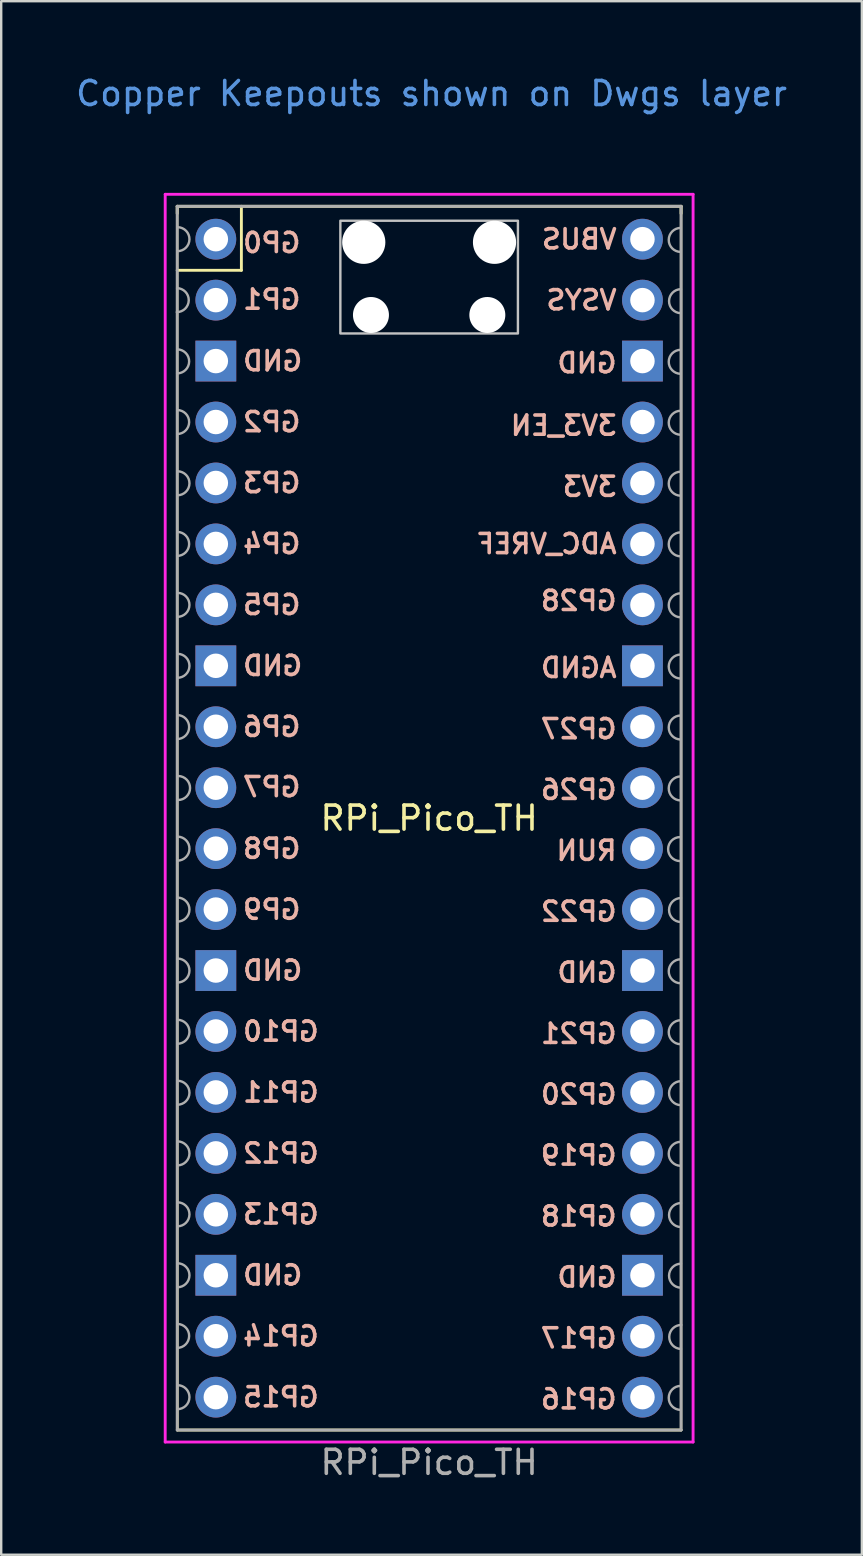
<source format=kicad_pcb>
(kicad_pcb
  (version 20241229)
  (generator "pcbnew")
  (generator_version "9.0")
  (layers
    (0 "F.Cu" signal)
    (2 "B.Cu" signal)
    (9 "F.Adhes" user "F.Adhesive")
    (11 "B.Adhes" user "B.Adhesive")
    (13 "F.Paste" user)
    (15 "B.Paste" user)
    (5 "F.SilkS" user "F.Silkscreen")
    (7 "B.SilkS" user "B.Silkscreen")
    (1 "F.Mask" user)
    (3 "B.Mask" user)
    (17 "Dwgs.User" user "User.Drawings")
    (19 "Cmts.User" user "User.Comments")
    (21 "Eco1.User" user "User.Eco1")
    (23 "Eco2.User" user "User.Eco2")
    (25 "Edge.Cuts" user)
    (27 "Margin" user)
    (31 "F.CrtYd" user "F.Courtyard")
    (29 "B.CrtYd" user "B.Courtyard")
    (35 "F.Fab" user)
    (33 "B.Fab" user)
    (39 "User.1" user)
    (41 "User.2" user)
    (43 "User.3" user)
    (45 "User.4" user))
  (footprint "RPi_Pico_TH"
    (layer "F.Cu")
    (at 14.835 31.048)
    (property "Reference" "RPi_Pico_TH" (at 0 0 0) (layer "F.SilkS") (effects (font (size 1 1) (thickness 0.15))))
    (attr through_hole)
    (fp_line (start -10.5 -25.5) (end -10.5 -25.2) (stroke (width 0.12) (type solid)) (layer "F.SilkS"))
    (fp_line (start -10.5 -25.5) (end 10.5 -25.5) (stroke (width 0.12) (type solid)) (layer "F.SilkS"))
    (fp_line (start -10.5 -22.833) (end -7.825 -22.833) (stroke (width 0.12) (type solid)) (layer "F.SilkS"))
    (fp_line (start -10.49 25.5) (end -10.5 -25.5) (stroke (width 0.1) (type default)) (layer "F.SilkS"))
    (fp_line (start -7.825 -22.833) (end -7.825 -25.5) (stroke (width 0.12) (type solid)) (layer "F.SilkS"))
    (fp_line (start 10.5 -25.5) (end 10.5 -25.2) (stroke (width 0.12) (type solid)) (layer "F.SilkS"))
    (fp_line (start 10.5 -25.5) (end 10.5 25.5) (stroke (width 0.1) (type default)) (layer "F.SilkS"))
    (fp_line (start 10.5 25.5) (end -10.49 25.5) (stroke (width 0.12) (type solid)) (layer "F.SilkS"))
    (fp_poly (pts (xy 3.7 -20.2) (xy -3.7 -20.2) (xy -3.7 -24.9) (xy 3.7 -24.9)) (stroke (width 0.1) (type solid)) (fill no) (layer "Dwgs.User"))
    (fp_line (start -11 -26) (end 11 -26) (stroke (width 0.12) (type solid)) (layer "F.CrtYd"))
    (fp_line (start -11 26) (end -11 -26) (stroke (width 0.12) (type solid)) (layer "F.CrtYd"))
    (fp_line (start 11 26) (end -11 26) (stroke (width 0.12) (type solid)) (layer "F.CrtYd"))
    (fp_line (start 11 26) (end 11 -26) (stroke (width 0.12) (type solid)) (layer "F.CrtYd"))
    (fp_line (start -10.5 -25.5) (end 10.5 -25.5) (stroke (width 0.12) (type solid)) (layer "F.Fab"))
    (fp_line (start -10.5 25.5) (end -10.5 -25.5) (stroke (width 0.12) (type solid)) (layer "F.Fab"))
    (fp_line (start 10.5 -25.5) (end 10.5 25.5) (stroke (width 0.12) (type solid)) (layer "F.Fab"))
    (fp_line (start 10.5 25.5) (end -10.5 25.5) (stroke (width 0.12) (type solid)) (layer "F.Fab"))
    (fp_arc (start -10.504702 -22.08994) (mid -10.01563 -21.58461) (end -10.5156 -21.090059) (stroke (width 0.1) (type solid)) (layer "F.Fab"))
    (fp_arc (start -10.492002 -19.537181) (mid -10.00293 -19.031851) (end -10.5029 -18.5373) (stroke (width 0.1) (type solid)) (layer "F.Fab"))
    (fp_arc (start -10.492002 -17.009881) (mid -10.00293 -16.504551) (end -10.5029 -16.01) (stroke (width 0.1) (type solid)) (layer "F.Fab"))
    (fp_arc (start -10.492002 -11.929881) (mid -10.00293 -11.424551) (end -10.5029 -10.93) (stroke (width 0.1) (type solid)) (layer "F.Fab"))
    (fp_arc (start -10.492002 -4.297181) (mid -10.00293 -3.791851) (end -10.5029 -3.2973) (stroke (width 0.1) (type solid)) (layer "F.Fab"))
    (fp_arc (start -10.492002 21.077419) (mid -10.00293 21.582749) (end -10.5029 22.0773) (stroke (width 0.1) (type solid)) (layer "F.Fab"))
    (fp_arc (start -10.479302 -24.629881) (mid -9.99023 -24.124551) (end -10.4902 -23.63) (stroke (width 0.1) (type solid)) (layer "F.Fab"))
    (fp_arc (start -10.479302 -14.457181) (mid -9.99023 -13.951851) (end -10.4902 -13.4573) (stroke (width 0.1) (type solid)) (layer "F.Fab"))
    (fp_arc (start -10.479302 -9.389881) (mid -9.99023 -8.884551) (end -10.4902 -8.39) (stroke (width 0.1) (type solid)) (layer "F.Fab"))
    (fp_arc (start -10.479302 -6.849881) (mid -9.99023 -6.344551) (end -10.4902 -5.85) (stroke (width 0.1) (type solid)) (layer "F.Fab"))
    (fp_arc (start -10.479302 0.770119) (mid -9.99023 1.275449) (end -10.4902 1.77) (stroke (width 0.1) (type solid)) (layer "F.Fab"))
    (fp_arc (start -10.479302 3.310119) (mid -9.99023 3.815449) (end -10.4902 4.31) (stroke (width 0.1) (type solid)) (layer "F.Fab"))
    (fp_arc (start -10.479302 5.850119) (mid -9.99023 6.355449) (end -10.4902 6.85) (stroke (width 0.1) (type solid)) (layer "F.Fab"))
    (fp_arc (start -10.479302 8.402819) (mid -9.99023 8.908149) (end -10.4902 9.4027) (stroke (width 0.1) (type solid)) (layer "F.Fab"))
    (fp_arc (start -10.479302 10.942819) (mid -9.99023 11.448149) (end -10.4902 11.9427) (stroke (width 0.1) (type solid)) (layer "F.Fab"))
    (fp_arc (start -10.479302 13.470119) (mid -9.99023 13.975449) (end -10.4902 14.47) (stroke (width 0.1) (type solid)) (layer "F.Fab"))
    (fp_arc (start -10.479302 16.010119) (mid -9.99023 16.515449) (end -10.4902 17.01) (stroke (width 0.1) (type solid)) (layer "F.Fab"))
    (fp_arc (start -10.479302 18.550119) (mid -9.99023 19.055449) (end -10.4902 19.55) (stroke (width 0.1) (type solid)) (layer "F.Fab"))
    (fp_arc (start -10.479302 23.630119) (mid -9.99023 24.135449) (end -10.4902 24.63) (stroke (width 0.1) (type solid)) (layer "F.Fab"))
    (fp_arc (start -10.453902 -1.757181) (mid -9.96483 -1.251851) (end -10.4648 -0.7573) (stroke (width 0.1) (type solid)) (layer "F.Fab"))
    (fp_arc (start 10.445872 1.78803) (mid 9.9568 1.2827) (end 10.45677 0.788149) (stroke (width 0.1) (type solid)) (layer "F.Fab"))
    (fp_arc (start 10.471272 -23.59927) (mid 9.9822 -24.1046) (end 10.48217 -24.599151) (stroke (width 0.1) (type solid)) (layer "F.Fab"))
    (fp_arc (start 10.471272 -18.51927) (mid 9.9822 -19.0246) (end 10.48217 -19.519151) (stroke (width 0.1) (type solid)) (layer "F.Fab"))
    (fp_arc (start 10.471272 -15.97927) (mid 9.9822 -16.4846) (end 10.48217 -16.979151) (stroke (width 0.1) (type solid)) (layer "F.Fab"))
    (fp_arc (start 10.471272 -13.43927) (mid 9.9822 -13.9446) (end 10.48217 -14.439151) (stroke (width 0.1) (type solid)) (layer "F.Fab"))
    (fp_arc (start 10.471272 -10.91197) (mid 9.9822 -11.4173) (end 10.48217 -11.911851) (stroke (width 0.1) (type solid)) (layer "F.Fab"))
    (fp_arc (start 10.471272 -8.37197) (mid 9.9822 -8.8773) (end 10.48217 -9.371851) (stroke (width 0.1) (type solid)) (layer "F.Fab"))
    (fp_arc (start 10.471272 -5.81927) (mid 9.9822 -6.3246) (end 10.48217 -6.819151) (stroke (width 0.1) (type solid)) (layer "F.Fab"))
    (fp_arc (start 10.471272 -3.27927) (mid 9.9822 -3.7846) (end 10.48217 -4.279151) (stroke (width 0.1) (type solid)) (layer "F.Fab"))
    (fp_arc (start 10.471272 -0.73927) (mid 9.9822 -1.2446) (end 10.48217 -1.739151) (stroke (width 0.1) (type solid)) (layer "F.Fab"))
    (fp_arc (start 10.471272 6.88073) (mid 9.9822 6.3754) (end 10.48217 5.880849) (stroke (width 0.1) (type solid)) (layer "F.Fab"))
    (fp_arc (start 10.471272 9.42073) (mid 9.9822 8.9154) (end 10.48217 8.420849) (stroke (width 0.1) (type solid)) (layer "F.Fab"))
    (fp_arc (start 10.471272 14.48803) (mid 9.9822 13.9827) (end 10.48217 13.488149) (stroke (width 0.1) (type solid)) (layer "F.Fab"))
    (fp_arc (start 10.471272 24.66073) (mid 9.9822 24.1554) (end 10.48217 23.660849) (stroke (width 0.1) (type solid)) (layer "F.Fab"))
    (fp_arc (start 10.483972 -21.04657) (mid 9.9949 -21.5519) (end 10.49487 -22.046451) (stroke (width 0.1) (type solid)) (layer "F.Fab"))
    (fp_arc (start 10.483972 4.32803) (mid 9.9949 3.8227) (end 10.49487 3.328149) (stroke (width 0.1) (type solid)) (layer "F.Fab"))
    (fp_arc (start 10.483972 11.96073) (mid 9.9949 11.4554) (end 10.49487 10.960849) (stroke (width 0.1) (type solid)) (layer "F.Fab"))
    (fp_arc (start 10.483972 17.04073) (mid 9.9949 16.5354) (end 10.49487 16.040849) (stroke (width 0.1) (type solid)) (layer "F.Fab"))
    (fp_arc (start 10.483972 19.56803) (mid 9.9949 19.0627) (end 10.49487 18.568149) (stroke (width 0.1) (type solid)) (layer "F.Fab"))
    (fp_arc (start 10.496672 22.120789) (mid 10.0076 21.615459) (end 10.50757 21.120908) (stroke (width 0.1) (type solid)) (layer "F.Fab"))
    (fp_text user "GP13" (at -6.178 16.509 0) (layer "B.SilkS") (effects (font (size 0.8 0.8) (thickness 0.15)) (justify mirror)))
    (fp_text user "GP17" (at 6.236 21.673 0) (layer "B.SilkS") (effects (font (size 0.8 0.8) (thickness 0.15)) (justify mirror)))
    (fp_text user "GND" (at -6.521 -6.351 0) (layer "B.SilkS") (effects (font (size 0.8 0.8) (thickness 0.15)) (justify mirror)))
    (fp_text user "GP28" (at 6.236 -9.061 0) (layer "B.SilkS") (effects (font (size 0.8 0.8) (thickness 0.15)) (justify mirror)))
    (fp_text user "GP12" (at -6.178 13.969 0) (layer "B.SilkS") (effects (font (size 0.8 0.8) (thickness 0.15)) (justify mirror)))
    (fp_text user "GP10" (at -6.178 8.889 0) (layer "B.SilkS") (effects (font (size 0.8 0.8) (thickness 0.15)) (justify mirror)))
    (fp_text user "GP20" (at 6.236 11.513 0) (layer "B.SilkS") (effects (font (size 0.8 0.8) (thickness 0.15)) (justify mirror)))
    (fp_text user "GND" (at 6.579 6.433 0) (layer "B.SilkS") (effects (font (size 0.8 0.8) (thickness 0.15)) (justify mirror)))
    (fp_text user "3V3" (at 6.693 -13.817 0) (layer "B.SilkS") (effects (font (size 0.8 0.8) (thickness 0.15)) (justify mirror)))
    (fp_text user "GP7" (at -6.559 -1.301 0) (layer "B.SilkS") (effects (font (size 0.8 0.8) (thickness 0.15)) (justify mirror)))
    (fp_text user "GP9" (at -6.559 3.809 0) (layer "B.SilkS") (effects (font (size 0.8 0.8) (thickness 0.15)) (justify mirror)))
    (fp_text user "VSYS" (at 6.35 -21.59 0) (layer "B.SilkS") (effects (font (size 0.8 0.8) (thickness 0.15)) (justify mirror)))
    (fp_text user "GND" (at 6.579 -18.967 0) (layer "B.SilkS") (effects (font (size 0.8 0.8) (thickness 0.15)) (justify mirror)))
    (fp_text user "RUN" (at 6.56 1.353 0) (layer "B.SilkS") (effects (font (size 0.8 0.8) (thickness 0.15)) (justify mirror)))
    (fp_text user "GP15" (at -6.178 24.129 0) (layer "B.SilkS") (effects (font (size 0.8 0.8) (thickness 0.15)) (justify mirror)))
    (fp_text user "GP14" (at -6.178 21.589 0) (layer "B.SilkS") (effects (font (size 0.8 0.8) (thickness 0.15)) (justify mirror)))
    (fp_text user "GP0" (at -6.559 -23.978 0) (layer "B.SilkS") (effects (font (size 0.8 0.8) (thickness 0.15)) (justify mirror)))
    (fp_text user "GND" (at -6.521 -19.05 0) (layer "B.SilkS") (effects (font (size 0.8 0.8) (thickness 0.15)) (justify mirror)))
    (fp_text user "GND" (at 6.579 19.133 0) (layer "B.SilkS") (effects (font (size 0.8 0.8) (thickness 0.15)) (justify mirror)))
    (fp_text user "GP26" (at 6.236 -1.187 0) (layer "B.SilkS") (effects (font (size 0.8 0.8) (thickness 0.15)) (justify mirror)))
    (fp_text user "GP3" (at -6.559 -13.971 0) (layer "B.SilkS") (effects (font (size 0.8 0.8) (thickness 0.15)) (justify mirror)))
    (fp_text user "GP19" (at 6.236 14.053 0) (layer "B.SilkS") (effects (font (size 0.8 0.8) (thickness 0.15)) (justify mirror)))
    (fp_text user "GP1" (at -6.559 -21.615 0) (layer "B.SilkS") (effects (font (size 0.8 0.8) (thickness 0.15)) (justify mirror)))
    (fp_text user "GP4" (at -6.559 -11.431 0) (layer "B.SilkS") (effects (font (size 0.8 0.8) (thickness 0.15)) (justify mirror)))
    (fp_text user "GP11" (at -6.178 11.429 0) (layer "B.SilkS") (effects (font (size 0.8 0.8) (thickness 0.15)) (justify mirror)))
    (fp_text user "3V3_EN" (at 5.607 -16.364 0) (layer "B.SilkS") (effects (font (size 0.8 0.8) (thickness 0.15)) (justify mirror)))
    (fp_text user "VBUS" (at 6.255 -24.13 0) (layer "B.SilkS") (effects (font (size 0.8 0.8) (thickness 0.15)) (justify mirror)))
    (fp_text user "ADC_VREF" (at 4.903 -11.43 0) (layer "B.SilkS") (effects (font (size 0.8 0.8) (thickness 0.15)) (justify mirror)))
    (fp_text user "GP2" (at -6.559 -16.511 0) (layer "B.SilkS") (effects (font (size 0.8 0.8) (thickness 0.15)) (justify mirror)))
    (fp_text user "GP8" (at -6.559 1.269 0) (layer "B.SilkS") (effects (font (size 0.8 0.8) (thickness 0.15)) (justify mirror)))
    (fp_text user "GP5" (at -6.559 -8.891 0) (layer "B.SilkS") (effects (font (size 0.8 0.8) (thickness 0.15)) (justify mirror)))
    (fp_text user "GND" (at -6.521 6.349 0) (layer "B.SilkS") (effects (font (size 0.8 0.8) (thickness 0.15)) (justify mirror)))
    (fp_text user "GND" (at -6.521 19.049 0) (layer "B.SilkS") (effects (font (size 0.8 0.8) (thickness 0.15)) (justify mirror)))
    (fp_text user "GP6" (at -6.559 -3.811 0) (layer "B.SilkS") (effects (font (size 0.8 0.8) (thickness 0.15)) (justify mirror)))
    (fp_text user "GP18" (at 6.236 16.593 0) (layer "B.SilkS") (effects (font (size 0.8 0.8) (thickness 0.15)) (justify mirror)))
    (fp_text user "GP22" (at 6.236 3.893 0) (layer "B.SilkS") (effects (font (size 0.8 0.8) (thickness 0.15)) (justify mirror)))
    (fp_text user "GP16" (at 6.236 24.213 0) (layer "B.SilkS") (effects (font (size 0.8 0.8) (thickness 0.15)) (justify mirror)))
    (fp_text user "GP27" (at 6.236 -3.717 0) (layer "B.SilkS") (effects (font (size 0.8 0.8) (thickness 0.15)) (justify mirror)))
    (fp_text user "AGND" (at 6.236 -6.267 0) (layer "B.SilkS") (effects (font (size 0.8 0.8) (thickness 0.15)) (justify mirror)))
    (fp_text user "GP21" (at 6.236 8.983 0) (layer "B.SilkS") (effects (font (size 0.8 0.8) (thickness 0.15)) (justify mirror)))
    (fp_text user "Copper Keepouts shown on Dwgs layer" (at 0.1 -30.2 0) (layer "Cmts.User") (effects (font (size 1 1) (thickness 0.15))))
    (fp_text user "${REFERENCE}" (at 0 26.848 180) (layer "F.Fab") (effects (font (size 1 1) (thickness 0.15))))
    (pad "" np_thru_hole oval (at -2.725 -24) (size 1.8 1.8) (drill 1.8) (layers "*.Cu" "*.Mask"))
    (pad "" np_thru_hole oval (at -2.425 -20.97) (size 1.5 1.5) (drill 1.5) (layers "*.Cu" "*.Mask"))
    (pad "" np_thru_hole oval (at 2.425 -20.97) (size 1.5 1.5) (drill 1.5) (layers "*.Cu" "*.Mask"))
    (pad "" np_thru_hole oval (at 2.725 -24) (size 1.8 1.8) (drill 1.8) (layers "*.Cu" "*.Mask"))
    (pad "1" thru_hole oval (at -8.89 -24.13) (size 1.7 1.7) (drill 1.02) (layers "*.Cu" "*.Mask"))
    (pad "2" thru_hole oval (at -8.89 -21.59) (size 1.7 1.7) (drill 1.02) (layers "*.Cu" "*.Mask"))
    (pad "3" thru_hole rect (at -8.89 -19.05) (size 1.7 1.7) (drill 1.02) (layers "*.Cu" "*.Mask"))
    (pad "4" thru_hole oval (at -8.89 -16.51) (size 1.7 1.7) (drill 1.02) (layers "*.Cu" "*.Mask"))
    (pad "5" thru_hole oval (at -8.89 -13.97) (size 1.7 1.7) (drill 1.02) (layers "*.Cu" "*.Mask"))
    (pad "6" thru_hole oval (at -8.89 -11.43) (size 1.7 1.7) (drill 1.02) (layers "*.Cu" "*.Mask"))
    (pad "7" thru_hole oval (at -8.89 -8.89) (size 1.7 1.7) (drill 1.02) (layers "*.Cu" "*.Mask"))
    (pad "8" thru_hole rect (at -8.89 -6.35) (size 1.7 1.7) (drill 1.02) (layers "*.Cu" "*.Mask"))
    (pad "9" thru_hole oval (at -8.89 -3.81) (size 1.7 1.7) (drill 1.02) (layers "*.Cu" "*.Mask"))
    (pad "10" thru_hole oval (at -8.89 -1.27) (size 1.7 1.7) (drill 1.02) (layers "*.Cu" "*.Mask"))
    (pad "11" thru_hole oval (at -8.89 1.27) (size 1.7 1.7) (drill 1.02) (layers "*.Cu" "*.Mask"))
    (pad "12" thru_hole oval (at -8.89 3.81) (size 1.7 1.7) (drill 1.02) (layers "*.Cu" "*.Mask"))
    (pad "13" thru_hole rect (at -8.89 6.35) (size 1.7 1.7) (drill 1.02) (layers "*.Cu" "*.Mask"))
    (pad "14" thru_hole oval (at -8.89 8.89) (size 1.7 1.7) (drill 1.02) (layers "*.Cu" "*.Mask"))
    (pad "15" thru_hole oval (at -8.89 11.43) (size 1.7 1.7) (drill 1.02) (layers "*.Cu" "*.Mask"))
    (pad "16" thru_hole oval (at -8.89 13.97) (size 1.7 1.7) (drill 1.02) (layers "*.Cu" "*.Mask"))
    (pad "17" thru_hole oval (at -8.89 16.51) (size 1.7 1.7) (drill 1.02) (layers "*.Cu" "*.Mask"))
    (pad "18" thru_hole rect (at -8.89 19.05) (size 1.7 1.7) (drill 1.02) (layers "*.Cu" "*.Mask"))
    (pad "19" thru_hole oval (at -8.89 21.59) (size 1.7 1.7) (drill 1.02) (layers "*.Cu" "*.Mask"))
    (pad "20" thru_hole oval (at -8.89 24.13) (size 1.7 1.7) (drill 1.02) (layers "*.Cu" "*.Mask"))
    (pad "21" thru_hole oval (at 8.89 24.13) (size 1.7 1.7) (drill 1.02) (layers "*.Cu" "*.Mask"))
    (pad "22" thru_hole oval (at 8.89 21.59) (size 1.7 1.7) (drill 1.02) (layers "*.Cu" "*.Mask"))
    (pad "23" thru_hole rect (at 8.89 19.05) (size 1.7 1.7) (drill 1.02) (layers "*.Cu" "*.Mask"))
    (pad "24" thru_hole oval (at 8.89 16.51) (size 1.7 1.7) (drill 1.02) (layers "*.Cu" "*.Mask"))
    (pad "25" thru_hole oval (at 8.89 13.97) (size 1.7 1.7) (drill 1.02) (layers "*.Cu" "*.Mask"))
    (pad "26" thru_hole oval (at 8.89 11.43) (size 1.7 1.7) (drill 1.02) (layers "*.Cu" "*.Mask"))
    (pad "27" thru_hole oval (at 8.89 8.89) (size 1.7 1.7) (drill 1.02) (layers "*.Cu" "*.Mask"))
    (pad "28" thru_hole rect (at 8.89 6.35) (size 1.7 1.7) (drill 1.02) (layers "*.Cu" "*.Mask"))
    (pad "29" thru_hole oval (at 8.89 3.81) (size 1.7 1.7) (drill 1.02) (layers "*.Cu" "*.Mask"))
    (pad "30" thru_hole oval (at 8.89 1.27) (size 1.7 1.7) (drill 1.02) (layers "*.Cu" "*.Mask"))
    (pad "31" thru_hole oval (at 8.89 -1.27) (size 1.7 1.7) (drill 1.02) (layers "*.Cu" "*.Mask"))
    (pad "32" thru_hole oval (at 8.89 -3.81) (size 1.7 1.7) (drill 1.02) (layers "*.Cu" "*.Mask"))
    (pad "33" thru_hole rect (at 8.89 -6.35) (size 1.7 1.7) (drill 1.02) (layers "*.Cu" "*.Mask"))
    (pad "34" thru_hole oval (at 8.89 -8.89) (size 1.7 1.7) (drill 1.02) (layers "*.Cu" "*.Mask"))
    (pad "35" thru_hole oval (at 8.89 -11.43) (size 1.7 1.7) (drill 1.02) (layers "*.Cu" "*.Mask"))
    (pad "36" thru_hole oval (at 8.89 -13.97) (size 1.7 1.7) (drill 1.02) (layers "*.Cu" "*.Mask"))
    (pad "37" thru_hole oval (at 8.89 -16.51) (size 1.7 1.7) (drill 1.02) (layers "*.Cu" "*.Mask"))
    (pad "38" thru_hole rect (at 8.89 -19.05) (size 1.7 1.7) (drill 1.02) (layers "*.Cu" "*.Mask"))
    (pad "39" thru_hole oval (at 8.89 -21.59) (size 1.7 1.7) (drill 1.02) (layers "*.Cu" "*.Mask"))
    (pad "40" thru_hole oval (at 8.89 -24.13) (size 1.7 1.7) (drill 1.02) (layers "*.Cu" "*.Mask")))
  (gr_rect
    (start -3 -3)
    (end 32.869 61.744)
    (stroke (width 0.1) (type default))
    (fill no)
    (layer "Edge.Cuts")))
</source>
